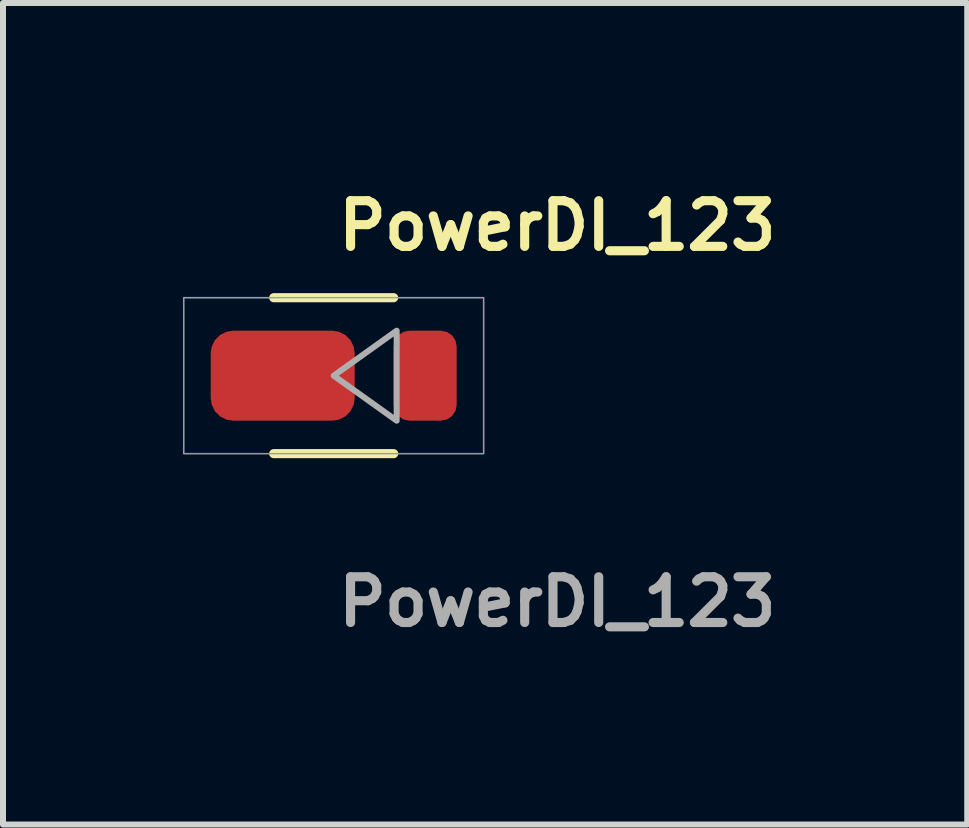
<source format=kicad_pcb>
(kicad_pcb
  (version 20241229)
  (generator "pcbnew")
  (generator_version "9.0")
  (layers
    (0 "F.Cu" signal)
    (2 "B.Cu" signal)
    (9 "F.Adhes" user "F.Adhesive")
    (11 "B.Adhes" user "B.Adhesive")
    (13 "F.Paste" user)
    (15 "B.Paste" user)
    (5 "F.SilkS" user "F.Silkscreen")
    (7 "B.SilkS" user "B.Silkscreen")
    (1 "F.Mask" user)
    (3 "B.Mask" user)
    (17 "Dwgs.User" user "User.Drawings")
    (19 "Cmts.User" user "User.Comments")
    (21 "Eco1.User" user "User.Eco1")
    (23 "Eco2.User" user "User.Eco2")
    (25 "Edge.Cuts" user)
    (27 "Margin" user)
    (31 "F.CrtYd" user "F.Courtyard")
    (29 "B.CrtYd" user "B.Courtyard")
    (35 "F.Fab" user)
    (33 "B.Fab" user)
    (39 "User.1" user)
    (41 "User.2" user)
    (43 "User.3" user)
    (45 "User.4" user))
  (footprint "PowerDI_123"
    (layer "F.Cu")
    (at 2.513 3.213)
    (property "Reference" "PowerDI_123" (at 0 -2.5 0) (unlocked yes) (layer "F.SilkS") (effects (font (size 0.762 0.762) (thickness 0.152)) (justify left)))
    (fp_line (start 1 -1.3) (end -1 -1.3) (stroke (width 0.152) (type solid)) (layer "F.SilkS"))
    (fp_line (start 1 1.3) (end -1 1.3) (stroke (width 0.152) (type solid)) (layer "F.SilkS"))
    (fp_rect (start -2.5 -1.3) (end 2.5 1.3) (stroke (width 0.006) (type solid)) (fill no) (layer "F.CrtYd"))
    (fp_rect (start -2.5 -1.3) (end 2.5 1.3) (stroke (width 0.025) (type default)) (fill no) (layer "F.Fab"))
    (fp_poly (pts (xy 1.05 0) (xy 1.525 0) (xy 1.05 0) (xy 1.05 0.75) (xy 0 0) (xy 0 0.75) (xy 0 0) (xy -0.85 0) (xy 0 0) (xy 0 -0.75) (xy 0 0) (xy 1.05 -0.75)) (stroke (width 0.1) (type solid)) (fill no) (layer "F.Fab"))
    (fp_text user "${REFERENCE}" (at 0 3.77 0) (unlocked yes) (layer "F.Fab") (effects (font (size 0.762 0.762) (thickness 0.152)) (justify left)))
    (pad "1" smd roundrect (at -0.85 0) (size 2.4 1.5) (layers "F.Cu" "F.Mask" "F.Paste") (roundrect_rratio 0.25))
    (pad "2" smd roundrect (at 1.525 0) (size 1.05 1.5) (layers "F.Cu" "F.Mask" "F.Paste") (roundrect_rratio 0.25)))
  (gr_rect
    (start -3 -3)
    (end 13.075 10.696)
    (stroke (width 0.1) (type default))
    (fill no)
    (layer "Edge.Cuts")))
</source>
